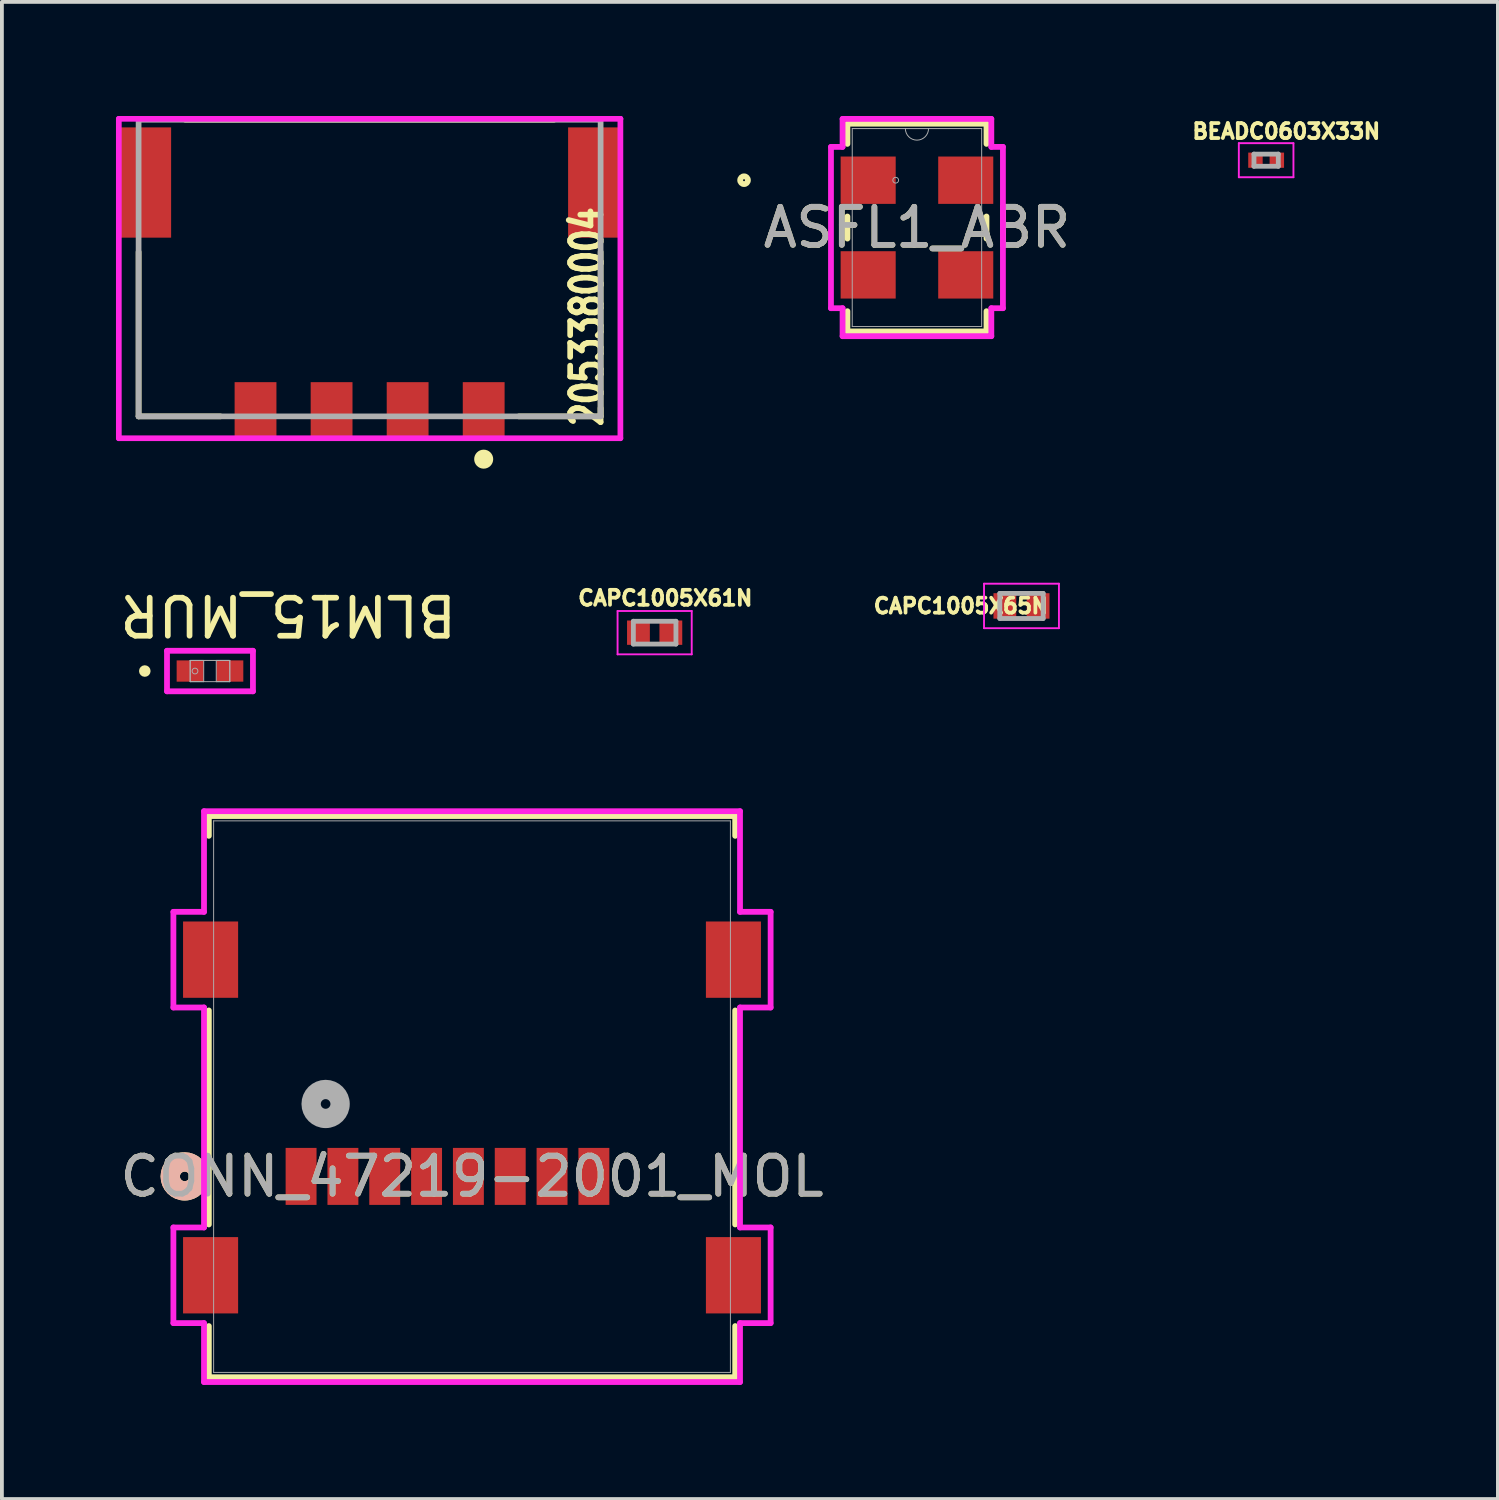
<source format=kicad_pcb>
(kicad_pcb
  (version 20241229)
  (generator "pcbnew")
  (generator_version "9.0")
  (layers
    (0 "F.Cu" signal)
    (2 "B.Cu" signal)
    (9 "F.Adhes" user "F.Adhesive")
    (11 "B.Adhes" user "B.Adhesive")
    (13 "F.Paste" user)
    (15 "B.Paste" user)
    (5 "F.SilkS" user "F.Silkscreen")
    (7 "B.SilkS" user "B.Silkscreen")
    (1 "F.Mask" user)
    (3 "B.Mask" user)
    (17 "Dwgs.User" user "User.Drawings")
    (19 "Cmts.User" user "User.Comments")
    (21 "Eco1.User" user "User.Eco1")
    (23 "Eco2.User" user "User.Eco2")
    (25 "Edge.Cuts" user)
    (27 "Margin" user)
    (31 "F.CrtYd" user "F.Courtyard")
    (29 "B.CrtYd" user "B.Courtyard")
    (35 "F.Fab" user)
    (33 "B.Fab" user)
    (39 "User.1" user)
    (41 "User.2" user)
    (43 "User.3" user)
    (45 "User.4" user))
  (footprint "BLM15_MUR"
    (layer "F.Cu")
    (at 2.472 14.597)
    (property "Reference" "BLM15_MUR" (at 2.058 -1.474 180) (unlocked yes) (layer "F.SilkS") (effects (font (size 1 1) (thickness 0.15))))
    (attr smd)
    (fp_circle (center -1.714 0) (end -1.638 0) (stroke (width 0.152) (type solid)) (fill no) (layer "F.SilkS"))
    (fp_line (start -1.13 -0.533) (end 1.13 -0.533) (stroke (width 0.152) (type solid)) (layer "F.CrtYd"))
    (fp_line (start -1.13 0.533) (end -1.13 -0.533) (stroke (width 0.152) (type solid)) (layer "F.CrtYd"))
    (fp_line (start 1.13 -0.533) (end 1.13 0.533) (stroke (width 0.152) (type solid)) (layer "F.CrtYd"))
    (fp_line (start 1.13 0.533) (end -1.13 0.533) (stroke (width 0.152) (type solid)) (layer "F.CrtYd"))
    (fp_line (start -0.521 -0.279) (end -0.521 0.279) (stroke (width 0.025) (type solid)) (layer "F.Fab"))
    (fp_line (start -0.521 -0.279) (end -0.521 0.279) (stroke (width 0.025) (type solid)) (layer "F.Fab"))
    (fp_line (start -0.521 0.279) (end -0.165 0.279) (stroke (width 0.025) (type solid)) (layer "F.Fab"))
    (fp_line (start -0.521 0.279) (end 0.521 0.279) (stroke (width 0.025) (type solid)) (layer "F.Fab"))
    (fp_line (start -0.165 -0.279) (end -0.521 -0.279) (stroke (width 0.025) (type solid)) (layer "F.Fab"))
    (fp_line (start -0.165 0.279) (end -0.165 -0.279) (stroke (width 0.025) (type solid)) (layer "F.Fab"))
    (fp_line (start 0.165 -0.279) (end 0.165 0.279) (stroke (width 0.025) (type solid)) (layer "F.Fab"))
    (fp_line (start 0.165 0.279) (end 0.521 0.279) (stroke (width 0.025) (type solid)) (layer "F.Fab"))
    (fp_line (start 0.521 -0.279) (end -0.521 -0.279) (stroke (width 0.025) (type solid)) (layer "F.Fab"))
    (fp_line (start 0.521 -0.279) (end 0.165 -0.279) (stroke (width 0.025) (type solid)) (layer "F.Fab"))
    (fp_line (start 0.521 0.279) (end 0.521 -0.279) (stroke (width 0.025) (type solid)) (layer "F.Fab"))
    (fp_line (start 0.521 0.279) (end 0.521 -0.279) (stroke (width 0.025) (type solid)) (layer "F.Fab"))
    (fp_circle (center -0.394 0) (end -0.318 0) (stroke (width 0.025) (type solid)) (fill no) (layer "F.Fab"))
    (pad "1" smd rect (at -0.521 0) (size 0.711 0.559) (layers "F.Cu" "F.Mask" "F.Paste"))
    (pad "2" smd rect (at 0.521 0) (size 0.711 0.559) (layers "F.Cu" "F.Mask" "F.Paste"))
    (zone (net_name "") (layer "F.Cu") (hatch full 0.508) (connect_pads) (min_thickness 0.254) (filled_areas_thickness no) (keepout (tracks not_allowed) (vias not_allowed) (pads allowed) (copperpour not_allowed) (footprints allowed)) (placement (enabled no)) (fill) (polygon (pts (xy 2.357 14.369) (xy 2.586 14.369) (xy 2.586 14.826) (xy 2.357 14.826)))))
  (footprint "CONN_47219-2001_MOL"
    (layer "F.Cu")
    (at 9.363 25.789)
    (property "Reference" "CONN_47219-2001_MOL" (at 0 2.098 0) (unlocked yes) (layer "F.SilkS") (effects (font (size 1 1) (thickness 0.15))))
    (attr smd)
    (fp_line (start -6.921 -7.379) (end -6.921 -6.858) (stroke (width 0.152) (type solid)) (layer "F.SilkS"))
    (fp_line (start -6.921 -2.266) (end -6.921 3.362) (stroke (width 0.152) (type solid)) (layer "F.SilkS"))
    (fp_line (start -6.921 6.034) (end -6.921 7.379) (stroke (width 0.152) (type solid)) (layer "F.SilkS"))
    (fp_line (start -6.921 7.379) (end 6.921 7.379) (stroke (width 0.152) (type solid)) (layer "F.SilkS"))
    (fp_line (start 6.921 -7.379) (end -6.921 -7.379) (stroke (width 0.152) (type solid)) (layer "F.SilkS"))
    (fp_line (start 6.921 -6.858) (end 6.921 -7.379) (stroke (width 0.152) (type solid)) (layer "F.SilkS"))
    (fp_line (start 6.921 3.362) (end 6.921 -2.266) (stroke (width 0.152) (type solid)) (layer "F.SilkS"))
    (fp_line (start 6.921 7.379) (end 6.921 6.034) (stroke (width 0.152) (type solid)) (layer "F.SilkS"))
    (fp_circle (center -7.556 2.098) (end -7.176 2.098) (stroke (width 0.508) (type solid)) (fill no) (layer "F.SilkS"))
    (fp_circle (center -7.556 2.098) (end -7.176 2.098) (stroke (width 0.508) (type solid)) (fill no) (layer "B.SilkS"))
    (fp_line (start -7.853 -4.859) (end -7.853 -2.344) (stroke (width 0.152) (type solid)) (layer "F.CrtYd"))
    (fp_line (start -7.853 -2.344) (end -7.048 -2.344) (stroke (width 0.152) (type solid)) (layer "F.CrtYd"))
    (fp_line (start -7.853 3.441) (end -7.853 5.956) (stroke (width 0.152) (type solid)) (layer "F.CrtYd"))
    (fp_line (start -7.853 5.956) (end -7.048 5.956) (stroke (width 0.152) (type solid)) (layer "F.CrtYd"))
    (fp_line (start -7.048 -7.506) (end -7.048 -4.859) (stroke (width 0.152) (type solid)) (layer "F.CrtYd"))
    (fp_line (start -7.048 -4.859) (end -7.853 -4.859) (stroke (width 0.152) (type solid)) (layer "F.CrtYd"))
    (fp_line (start -7.048 -2.344) (end -7.048 3.441) (stroke (width 0.152) (type solid)) (layer "F.CrtYd"))
    (fp_line (start -7.048 3.441) (end -7.853 3.441) (stroke (width 0.152) (type solid)) (layer "F.CrtYd"))
    (fp_line (start -7.048 5.956) (end -7.048 7.506) (stroke (width 0.152) (type solid)) (layer "F.CrtYd"))
    (fp_line (start -7.048 7.506) (end 7.048 7.506) (stroke (width 0.152) (type solid)) (layer "F.CrtYd"))
    (fp_line (start 7.048 -7.506) (end -7.048 -7.506) (stroke (width 0.152) (type solid)) (layer "F.CrtYd"))
    (fp_line (start 7.048 -4.859) (end 7.048 -7.506) (stroke (width 0.152) (type solid)) (layer "F.CrtYd"))
    (fp_line (start 7.048 -2.344) (end 7.853 -2.344) (stroke (width 0.152) (type solid)) (layer "F.CrtYd"))
    (fp_line (start 7.048 3.441) (end 7.048 -2.344) (stroke (width 0.152) (type solid)) (layer "F.CrtYd"))
    (fp_line (start 7.048 5.956) (end 7.853 5.956) (stroke (width 0.152) (type solid)) (layer "F.CrtYd"))
    (fp_line (start 7.048 7.506) (end 7.048 5.956) (stroke (width 0.152) (type solid)) (layer "F.CrtYd"))
    (fp_line (start 7.853 -4.859) (end 7.048 -4.859) (stroke (width 0.152) (type solid)) (layer "F.CrtYd"))
    (fp_line (start 7.853 -2.344) (end 7.853 -4.859) (stroke (width 0.152) (type solid)) (layer "F.CrtYd"))
    (fp_line (start 7.853 3.441) (end 7.048 3.441) (stroke (width 0.152) (type solid)) (layer "F.CrtYd"))
    (fp_line (start 7.853 5.956) (end 7.853 3.441) (stroke (width 0.152) (type solid)) (layer "F.CrtYd"))
    (fp_line (start -6.795 -7.252) (end -6.795 7.252) (stroke (width 0.025) (type solid)) (layer "F.Fab"))
    (fp_line (start -6.795 7.252) (end 6.795 7.252) (stroke (width 0.025) (type solid)) (layer "F.Fab"))
    (fp_line (start 6.795 -7.252) (end -6.795 -7.252) (stroke (width 0.025) (type solid)) (layer "F.Fab"))
    (fp_line (start 6.795 7.252) (end 6.795 -7.252) (stroke (width 0.025) (type solid)) (layer "F.Fab"))
    (fp_circle (center -3.85 0.193) (end -3.469 0.193) (stroke (width 0.508) (type solid)) (fill no) (layer "F.Fab"))
    (fp_text user "${REFERENCE}" (at 0 2.098 0) (unlocked yes) (layer "F.Fab") (effects (font (size 1 1) (thickness 0.15))))
    (pad "1" smd rect (at 3.205 2.098) (size 0.813 1.499) (layers "F.Cu" "F.Mask" "F.Paste"))
    (pad "2" smd rect (at 2.105 2.098) (size 0.813 1.499) (layers "F.Cu" "F.Mask" "F.Paste"))
    (pad "3" smd rect (at 1.005 2.098) (size 0.813 1.499) (layers "F.Cu" "F.Mask" "F.Paste"))
    (pad "4" smd rect (at -0.095 2.098) (size 0.813 1.499) (layers "F.Cu" "F.Mask" "F.Paste"))
    (pad "5" smd rect (at -1.195 2.098) (size 0.813 1.499) (layers "F.Cu" "F.Mask" "F.Paste"))
    (pad "6" smd rect (at -2.295 2.098) (size 0.813 1.499) (layers "F.Cu" "F.Mask" "F.Paste"))
    (pad "7" smd rect (at -3.395 2.098) (size 0.813 1.499) (layers "F.Cu" "F.Mask" "F.Paste"))
    (pad "8" smd rect (at -4.495 2.098) (size 0.813 1.499) (layers "F.Cu" "F.Mask" "F.Paste"))
    (pad "G1" smd rect (at 6.875 4.698) (size 1.448 2.007) (layers "F.Cu" "F.Mask" "F.Paste"))
    (pad "G2" smd rect (at 6.875 -3.602) (size 1.448 2.007) (layers "F.Cu" "F.Mask" "F.Paste"))
    (pad "G3" smd rect (at -6.875 -3.602) (size 1.448 2.007) (layers "F.Cu" "F.Mask" "F.Paste"))
    (pad "G4" smd rect (at -6.875 4.698) (size 1.448 2.007) (layers "F.Cu" "F.Mask" "F.Paste")))
  (footprint "CAPC1005X61N"
    (layer "F.Cu")
    (at 14.166 13.588)
    (property "Reference" "CAPC1005X61N" (at 0.28 -0.91 0) (layer "F.SilkS") (effects (font (size 0.394 0.394) (thickness 0.098))))
    (attr smd)
    (fp_line (start -0.975 -0.57) (end 0.975 -0.57) (stroke (width 0.05) (type solid)) (layer "F.CrtYd"))
    (fp_line (start -0.975 0.57) (end -0.975 -0.57) (stroke (width 0.05) (type solid)) (layer "F.CrtYd"))
    (fp_line (start -0.975 0.57) (end 0.975 0.57) (stroke (width 0.05) (type solid)) (layer "F.CrtYd"))
    (fp_line (start 0.975 0.57) (end 0.975 -0.57) (stroke (width 0.05) (type solid)) (layer "F.CrtYd"))
    (fp_line (start -0.56 0.3) (end -0.56 -0.3) (stroke (width 0.127) (type solid)) (layer "F.Fab"))
    (fp_line (start 0.56 -0.3) (end -0.56 -0.3) (stroke (width 0.127) (type solid)) (layer "F.Fab"))
    (fp_line (start 0.56 0.3) (end -0.56 0.3) (stroke (width 0.127) (type solid)) (layer "F.Fab"))
    (fp_line (start 0.56 0.3) (end 0.56 -0.3) (stroke (width 0.127) (type solid)) (layer "F.Fab"))
    (pad "1" smd rect (at -0.426 0) (size 0.6 0.64) (layers "F.Cu" "F.Mask" "F.Paste"))
    (pad "2" smd rect (at 0.426 0) (size 0.6 0.64) (layers "F.Cu" "F.Mask" "F.Paste")))
  (footprint "ASFL1_ABR"
    (layer "F.Cu")
    (at 21.064 2.934)
    (property "Reference" "ASFL1_ABR" (at 0 0 0) (unlocked yes) (layer "F.SilkS") (effects (font (size 1 1) (thickness 0.15))))
    (attr smd)
    (fp_line (start -1.829 -2.731) (end -1.829 -2.2) (stroke (width 0.152) (type solid)) (layer "F.SilkS"))
    (fp_line (start -1.829 -0.29) (end -1.829 0.29) (stroke (width 0.152) (type solid)) (layer "F.SilkS"))
    (fp_line (start -1.829 2.2) (end -1.829 2.731) (stroke (width 0.152) (type solid)) (layer "F.SilkS"))
    (fp_line (start -1.829 2.731) (end 1.829 2.731) (stroke (width 0.152) (type solid)) (layer "F.SilkS"))
    (fp_line (start 1.829 -2.731) (end -1.829 -2.731) (stroke (width 0.152) (type solid)) (layer "F.SilkS"))
    (fp_line (start 1.829 -2.2) (end 1.829 -2.731) (stroke (width 0.152) (type solid)) (layer "F.SilkS"))
    (fp_line (start 1.829 0.29) (end 1.829 -0.29) (stroke (width 0.152) (type solid)) (layer "F.SilkS"))
    (fp_line (start 1.829 2.731) (end 1.829 2.2) (stroke (width 0.152) (type solid)) (layer "F.SilkS"))
    (fp_circle (center -4.547 -1.245) (end -4.445 -1.245) (stroke (width 0.152) (type solid)) (fill no) (layer "F.SilkS"))
    (fp_line (start -2.261 -2.121) (end -1.956 -2.121) (stroke (width 0.152) (type solid)) (layer "F.CrtYd"))
    (fp_line (start -2.261 2.121) (end -2.261 -2.121) (stroke (width 0.152) (type solid)) (layer "F.CrtYd"))
    (fp_line (start -2.261 2.121) (end -1.956 2.121) (stroke (width 0.152) (type solid)) (layer "F.CrtYd"))
    (fp_line (start -1.956 -2.857) (end 1.956 -2.857) (stroke (width 0.152) (type solid)) (layer "F.CrtYd"))
    (fp_line (start -1.956 -2.121) (end -1.956 -2.857) (stroke (width 0.152) (type solid)) (layer "F.CrtYd"))
    (fp_line (start -1.956 2.857) (end -1.956 2.121) (stroke (width 0.152) (type solid)) (layer "F.CrtYd"))
    (fp_line (start 1.956 -2.857) (end 1.956 -2.121) (stroke (width 0.152) (type solid)) (layer "F.CrtYd"))
    (fp_line (start 1.956 2.121) (end 1.956 2.857) (stroke (width 0.152) (type solid)) (layer "F.CrtYd"))
    (fp_line (start 1.956 2.857) (end -1.956 2.857) (stroke (width 0.152) (type solid)) (layer "F.CrtYd"))
    (fp_line (start 2.261 -2.121) (end 1.956 -2.121) (stroke (width 0.152) (type solid)) (layer "F.CrtYd"))
    (fp_line (start 2.261 -2.121) (end 2.261 2.121) (stroke (width 0.152) (type solid)) (layer "F.CrtYd"))
    (fp_line (start 2.261 2.121) (end 1.956 2.121) (stroke (width 0.152) (type solid)) (layer "F.CrtYd"))
    (fp_line (start -1.702 -2.603) (end -1.702 2.603) (stroke (width 0.025) (type solid)) (layer "F.Fab"))
    (fp_line (start -1.702 2.603) (end 1.702 2.603) (stroke (width 0.025) (type solid)) (layer "F.Fab"))
    (fp_line (start 1.702 -2.603) (end -1.702 -2.603) (stroke (width 0.025) (type solid)) (layer "F.Fab"))
    (fp_line (start 1.702 2.603) (end 1.702 -2.603) (stroke (width 0.025) (type solid)) (layer "F.Fab"))
    (fp_arc (start 0.3048 -2.6035) (mid 0 -2.2987) (end -0.3048 -2.6035) (stroke (width 0.0254) (type solid)) (layer "F.Fab"))
    (fp_circle (center -0.559 -1.245) (end -0.483 -1.245) (stroke (width 0.025) (type solid)) (fill no) (layer "F.Fab"))
    (fp_text user "${REFERENCE}" (at 0 0 0) (unlocked yes) (layer "F.Fab") (effects (font (size 1 1) (thickness 0.15))))
    (pad "1" smd rect (at -1.283 -1.245) (size 1.448 1.245) (layers "F.Cu" "F.Mask" "F.Paste"))
    (pad "2" smd rect (at -1.283 1.245) (size 1.448 1.245) (layers "F.Cu" "F.Mask" "F.Paste"))
    (pad "3" smd rect (at 1.283 1.245) (size 1.448 1.245) (layers "F.Cu" "F.Mask" "F.Paste"))
    (pad "4" smd rect (at 1.283 -1.245) (size 1.448 1.245) (layers "F.Cu" "F.Mask" "F.Paste")))
  (footprint "2053380004"
    (layer "F.Cu")
    (at 6.67 4)
    (property "Reference" "2053380004" (at 5.712 4.236 90) (layer "F.SilkS") (effects (font (size 0.8 0.6) (thickness 0.15)) (justify left)))
    (attr smd)
    (fp_line (start -6.075 3.9) (end -6.075 -0.425) (stroke (width 0.15) (type solid)) (layer "F.SilkS"))
    (fp_line (start -6.075 3.9) (end -3.925 3.9) (stroke (width 0.15) (type solid)) (layer "F.SilkS"))
    (fp_line (start -4.845 -3.9) (end 4.845 -3.9) (stroke (width 0.15) (type solid)) (layer "F.SilkS"))
    (fp_line (start 3.925 3.9) (end 6.075 3.9) (stroke (width 0.15) (type solid)) (layer "F.SilkS"))
    (fp_line (start 6.075 3.9) (end 6.075 -0.425) (stroke (width 0.15) (type solid)) (layer "F.SilkS"))
    (fp_circle (center 3 5.025) (end 3.125 5.025) (stroke (width 0.25) (type solid)) (fill no) (layer "F.SilkS"))
    (fp_line (start -6.595 -3.925) (end -6.595 4.475) (stroke (width 0.15) (type solid)) (layer "F.CrtYd"))
    (fp_line (start -6.595 4.475) (end 6.595 4.475) (stroke (width 0.15) (type solid)) (layer "F.CrtYd"))
    (fp_line (start 6.595 -3.925) (end -6.595 -3.925) (stroke (width 0.15) (type solid)) (layer "F.CrtYd"))
    (fp_line (start 6.595 -3.925) (end 6.595 -3.925) (stroke (width 0.15) (type solid)) (layer "F.CrtYd"))
    (fp_line (start 6.595 4.475) (end 6.595 -3.925) (stroke (width 0.15) (type solid)) (layer "F.CrtYd"))
    (fp_line (start -6.075 -3.9) (end 6.075 -3.9) (stroke (width 0.15) (type solid)) (layer "F.Fab"))
    (fp_line (start -6.075 3.9) (end -6.075 -3.9) (stroke (width 0.15) (type solid)) (layer "F.Fab"))
    (fp_line (start 6.075 -3.9) (end 6.075 3.9) (stroke (width 0.15) (type solid)) (layer "F.Fab"))
    (fp_line (start 6.075 3.9) (end -6.075 3.9) (stroke (width 0.15) (type solid)) (layer "F.Fab"))
    (pad "1" smd rect (at 3 3.725 180) (size 1.1 1.45) (layers "F.Cu" "F.Mask" "F.Paste"))
    (pad "2" smd rect (at 1 3.725 180) (size 1.1 1.45) (layers "F.Cu" "F.Mask" "F.Paste"))
    (pad "3" smd rect (at -1 3.725 180) (size 1.1 1.45) (layers "F.Cu" "F.Mask" "F.Paste"))
    (pad "4" smd rect (at -3 3.725 180) (size 1.1 1.45) (layers "F.Cu" "F.Mask" "F.Paste"))
    (pad "5" smd rect (at -5.895 -2.25) (size 1.35 2.9) (layers "F.Cu" "F.Mask" "F.Paste"))
    (pad "6" smd rect (at 5.895 -2.25) (size 1.35 2.9) (layers "F.Cu" "F.Mask" "F.Paste")))
  (footprint "BEADC0603X33N"
    (layer "F.Cu")
    (at 30.247 1.163)
    (property "Reference" "BEADC0603X33N" (at 0.53 -0.76 0) (layer "F.SilkS") (effects (font (size 0.394 0.394) (thickness 0.15))))
    (attr smd)
    (fp_line (start -0.718 -0.448) (end 0.718 -0.448) (stroke (width 0.05) (type solid)) (layer "F.CrtYd"))
    (fp_line (start -0.718 0.448) (end -0.718 -0.448) (stroke (width 0.05) (type solid)) (layer "F.CrtYd"))
    (fp_line (start -0.718 0.448) (end 0.718 0.448) (stroke (width 0.05) (type solid)) (layer "F.CrtYd"))
    (fp_line (start 0.718 0.448) (end 0.718 -0.448) (stroke (width 0.05) (type solid)) (layer "F.CrtYd"))
    (fp_line (start -0.32 0.16) (end -0.32 -0.16) (stroke (width 0.127) (type solid)) (layer "F.Fab"))
    (fp_line (start 0.32 -0.16) (end -0.32 -0.16) (stroke (width 0.127) (type solid)) (layer "F.Fab"))
    (fp_line (start 0.32 0.16) (end -0.32 0.16) (stroke (width 0.127) (type solid)) (layer "F.Fab"))
    (fp_line (start 0.32 0.16) (end 0.32 -0.16) (stroke (width 0.127) (type solid)) (layer "F.Fab"))
    (pad "1" smd rect (at -0.281 0) (size 0.38 0.4) (layers "F.Cu" "F.Mask" "F.Paste"))
    (pad "2" smd rect (at 0.281 0) (size 0.38 0.4) (layers "F.Cu" "F.Mask" "F.Paste")))
  (footprint "CAPC1005X65N"
    (layer "F.Cu")
    (at 23.813 12.885)
    (property "Reference" "CAPC1005X65N" (at -1.595 0 0) (layer "F.SilkS") (effects (font (size 0.394 0.394) (thickness 0.098))))
    (attr smd)
    (fp_line (start -0.985 -0.585) (end 0.985 -0.585) (stroke (width 0.05) (type solid)) (layer "F.CrtYd"))
    (fp_line (start -0.985 0.585) (end -0.985 -0.585) (stroke (width 0.05) (type solid)) (layer "F.CrtYd"))
    (fp_line (start -0.985 0.585) (end 0.985 0.585) (stroke (width 0.05) (type solid)) (layer "F.CrtYd"))
    (fp_line (start 0.985 0.585) (end 0.985 -0.585) (stroke (width 0.05) (type solid)) (layer "F.CrtYd"))
    (fp_line (start -0.57 0.33) (end -0.57 -0.33) (stroke (width 0.127) (type solid)) (layer "F.Fab"))
    (fp_line (start 0.57 -0.33) (end -0.57 -0.33) (stroke (width 0.127) (type solid)) (layer "F.Fab"))
    (fp_line (start 0.57 0.33) (end -0.57 0.33) (stroke (width 0.127) (type solid)) (layer "F.Fab"))
    (fp_line (start 0.57 0.33) (end 0.57 -0.33) (stroke (width 0.127) (type solid)) (layer "F.Fab"))
    (pad "1" smd rect (at -0.437 0) (size 0.6 0.67) (layers "F.Cu" "F.Mask" "F.Paste"))
    (pad "2" smd rect (at 0.437 0) (size 0.6 0.67) (layers "F.Cu" "F.Mask" "F.Paste")))
  (gr_rect
    (start -3 -3)
    (end 36.342 36.371)
    (stroke (width 0.1) (type default))
    (fill no)
    (layer "Edge.Cuts")))
</source>
